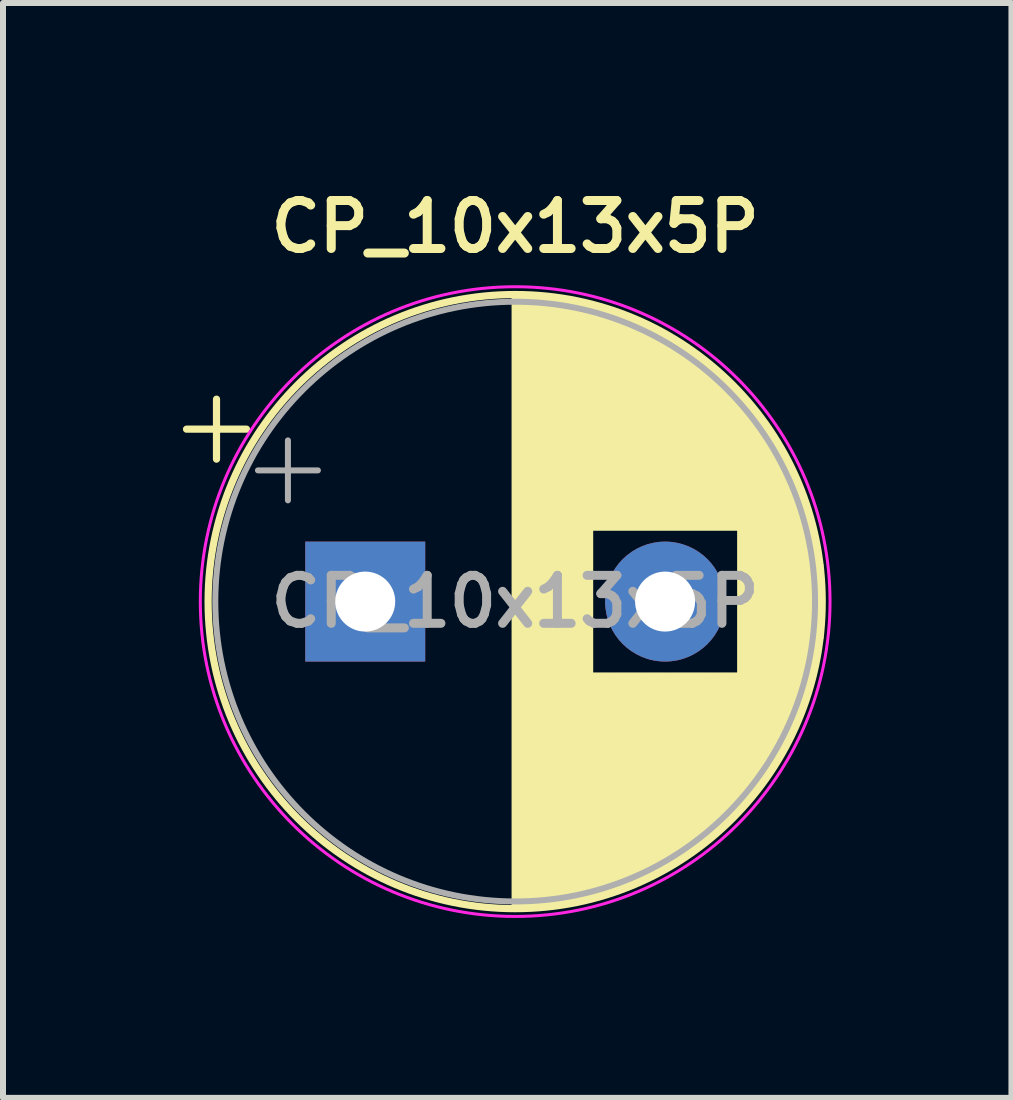
<source format=kicad_pcb>
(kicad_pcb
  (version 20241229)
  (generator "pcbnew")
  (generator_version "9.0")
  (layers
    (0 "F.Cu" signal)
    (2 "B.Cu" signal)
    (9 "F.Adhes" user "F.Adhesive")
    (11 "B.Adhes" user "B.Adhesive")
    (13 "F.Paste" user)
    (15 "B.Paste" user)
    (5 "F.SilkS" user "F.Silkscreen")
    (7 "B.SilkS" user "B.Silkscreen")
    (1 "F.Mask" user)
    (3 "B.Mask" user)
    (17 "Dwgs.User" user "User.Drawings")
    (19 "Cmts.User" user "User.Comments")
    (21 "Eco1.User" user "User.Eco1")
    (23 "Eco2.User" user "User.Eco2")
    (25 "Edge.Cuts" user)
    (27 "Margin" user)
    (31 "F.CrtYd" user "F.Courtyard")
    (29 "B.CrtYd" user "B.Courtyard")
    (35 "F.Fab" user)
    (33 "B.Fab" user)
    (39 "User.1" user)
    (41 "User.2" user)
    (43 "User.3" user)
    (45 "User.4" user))
  (footprint "CP_10x13x5P"
    (layer "F.Cu")
    (at 3.04 6.981)
    (property "Reference" "CP_10x13x5P" (at 2.5 -6.25 0) (layer "F.SilkS") (effects (font (size 0.8 0.8) (thickness 0.15))))
    (attr through_hole)
    (fp_line (start -2.98 -2.875) (end -1.98 -2.875) (stroke (width 0.12) (type solid)) (layer "F.SilkS"))
    (fp_line (start -2.48 -3.375) (end -2.48 -2.375) (stroke (width 0.12) (type solid)) (layer "F.SilkS"))
    (fp_line (start 2.5 -5.08) (end 2.5 5.08) (stroke (width 0.12) (type solid)) (layer "F.SilkS"))
    (fp_line (start 2.54 -5.08) (end 2.54 5.08) (stroke (width 0.12) (type solid)) (layer "F.SilkS"))
    (fp_line (start 2.58 -5.08) (end 2.58 5.08) (stroke (width 0.12) (type solid)) (layer "F.SilkS"))
    (fp_line (start 2.62 -5.079) (end 2.62 5.079) (stroke (width 0.12) (type solid)) (layer "F.SilkS"))
    (fp_line (start 2.66 -5.078) (end 2.66 5.078) (stroke (width 0.12) (type solid)) (layer "F.SilkS"))
    (fp_line (start 2.7 -5.077) (end 2.7 5.077) (stroke (width 0.12) (type solid)) (layer "F.SilkS"))
    (fp_line (start 2.74 -5.075) (end 2.74 5.075) (stroke (width 0.12) (type solid)) (layer "F.SilkS"))
    (fp_line (start 2.78 -5.073) (end 2.78 5.073) (stroke (width 0.12) (type solid)) (layer "F.SilkS"))
    (fp_line (start 2.82 -5.07) (end 2.82 5.07) (stroke (width 0.12) (type solid)) (layer "F.SilkS"))
    (fp_line (start 2.86 -5.068) (end 2.86 5.068) (stroke (width 0.12) (type solid)) (layer "F.SilkS"))
    (fp_line (start 2.9 -5.065) (end 2.9 5.065) (stroke (width 0.12) (type solid)) (layer "F.SilkS"))
    (fp_line (start 2.94 -5.062) (end 2.94 5.062) (stroke (width 0.12) (type solid)) (layer "F.SilkS"))
    (fp_line (start 2.98 -5.058) (end 2.98 5.058) (stroke (width 0.12) (type solid)) (layer "F.SilkS"))
    (fp_line (start 3.02 -5.054) (end 3.02 5.054) (stroke (width 0.12) (type solid)) (layer "F.SilkS"))
    (fp_line (start 3.06 -5.05) (end 3.06 5.05) (stroke (width 0.12) (type solid)) (layer "F.SilkS"))
    (fp_line (start 3.1 -5.045) (end 3.1 5.045) (stroke (width 0.12) (type solid)) (layer "F.SilkS"))
    (fp_line (start 3.14 -5.04) (end 3.14 5.04) (stroke (width 0.12) (type solid)) (layer "F.SilkS"))
    (fp_line (start 3.18 -5.035) (end 3.18 5.035) (stroke (width 0.12) (type solid)) (layer "F.SilkS"))
    (fp_line (start 3.221 -5.03) (end 3.221 5.03) (stroke (width 0.12) (type solid)) (layer "F.SilkS"))
    (fp_line (start 3.261 -5.024) (end 3.261 5.024) (stroke (width 0.12) (type solid)) (layer "F.SilkS"))
    (fp_line (start 3.301 -5.018) (end 3.301 5.018) (stroke (width 0.12) (type solid)) (layer "F.SilkS"))
    (fp_line (start 3.341 -5.011) (end 3.341 5.011) (stroke (width 0.12) (type solid)) (layer "F.SilkS"))
    (fp_line (start 3.381 -5.004) (end 3.381 5.004) (stroke (width 0.12) (type solid)) (layer "F.SilkS"))
    (fp_line (start 3.421 -4.997) (end 3.421 4.997) (stroke (width 0.12) (type solid)) (layer "F.SilkS"))
    (fp_line (start 3.461 -4.99) (end 3.461 4.99) (stroke (width 0.12) (type solid)) (layer "F.SilkS"))
    (fp_line (start 3.501 -4.982) (end 3.501 4.982) (stroke (width 0.12) (type solid)) (layer "F.SilkS"))
    (fp_line (start 3.541 -4.974) (end 3.541 4.974) (stroke (width 0.12) (type solid)) (layer "F.SilkS"))
    (fp_line (start 3.581 -4.965) (end 3.581 4.965) (stroke (width 0.12) (type solid)) (layer "F.SilkS"))
    (fp_line (start 3.621 -4.956) (end 3.621 4.956) (stroke (width 0.12) (type solid)) (layer "F.SilkS"))
    (fp_line (start 3.661 -4.947) (end 3.661 4.947) (stroke (width 0.12) (type solid)) (layer "F.SilkS"))
    (fp_line (start 3.701 -4.938) (end 3.701 4.938) (stroke (width 0.12) (type solid)) (layer "F.SilkS"))
    (fp_line (start 3.741 -4.928) (end 3.741 4.928) (stroke (width 0.12) (type solid)) (layer "F.SilkS"))
    (fp_line (start 3.781 -4.918) (end 3.781 -1.241) (stroke (width 0.12) (type solid)) (layer "F.SilkS"))
    (fp_line (start 3.781 1.241) (end 3.781 4.918) (stroke (width 0.12) (type solid)) (layer "F.SilkS"))
    (fp_line (start 3.821 -4.907) (end 3.821 -1.241) (stroke (width 0.12) (type solid)) (layer "F.SilkS"))
    (fp_line (start 3.821 1.241) (end 3.821 4.907) (stroke (width 0.12) (type solid)) (layer "F.SilkS"))
    (fp_line (start 3.861 -4.897) (end 3.861 -1.241) (stroke (width 0.12) (type solid)) (layer "F.SilkS"))
    (fp_line (start 3.861 1.241) (end 3.861 4.897) (stroke (width 0.12) (type solid)) (layer "F.SilkS"))
    (fp_line (start 3.901 -4.885) (end 3.901 -1.241) (stroke (width 0.12) (type solid)) (layer "F.SilkS"))
    (fp_line (start 3.901 1.241) (end 3.901 4.885) (stroke (width 0.12) (type solid)) (layer "F.SilkS"))
    (fp_line (start 3.941 -4.874) (end 3.941 -1.241) (stroke (width 0.12) (type solid)) (layer "F.SilkS"))
    (fp_line (start 3.941 1.241) (end 3.941 4.874) (stroke (width 0.12) (type solid)) (layer "F.SilkS"))
    (fp_line (start 3.981 -4.862) (end 3.981 -1.241) (stroke (width 0.12) (type solid)) (layer "F.SilkS"))
    (fp_line (start 3.981 1.241) (end 3.981 4.862) (stroke (width 0.12) (type solid)) (layer "F.SilkS"))
    (fp_line (start 4.021 -4.85) (end 4.021 -1.241) (stroke (width 0.12) (type solid)) (layer "F.SilkS"))
    (fp_line (start 4.021 1.241) (end 4.021 4.85) (stroke (width 0.12) (type solid)) (layer "F.SilkS"))
    (fp_line (start 4.061 -4.837) (end 4.061 -1.241) (stroke (width 0.12) (type solid)) (layer "F.SilkS"))
    (fp_line (start 4.061 1.241) (end 4.061 4.837) (stroke (width 0.12) (type solid)) (layer "F.SilkS"))
    (fp_line (start 4.101 -4.824) (end 4.101 -1.241) (stroke (width 0.12) (type solid)) (layer "F.SilkS"))
    (fp_line (start 4.101 1.241) (end 4.101 4.824) (stroke (width 0.12) (type solid)) (layer "F.SilkS"))
    (fp_line (start 4.141 -4.811) (end 4.141 -1.241) (stroke (width 0.12) (type solid)) (layer "F.SilkS"))
    (fp_line (start 4.141 1.241) (end 4.141 4.811) (stroke (width 0.12) (type solid)) (layer "F.SilkS"))
    (fp_line (start 4.181 -4.797) (end 4.181 -1.241) (stroke (width 0.12) (type solid)) (layer "F.SilkS"))
    (fp_line (start 4.181 1.241) (end 4.181 4.797) (stroke (width 0.12) (type solid)) (layer "F.SilkS"))
    (fp_line (start 4.221 -4.783) (end 4.221 -1.241) (stroke (width 0.12) (type solid)) (layer "F.SilkS"))
    (fp_line (start 4.221 1.241) (end 4.221 4.783) (stroke (width 0.12) (type solid)) (layer "F.SilkS"))
    (fp_line (start 4.261 -4.768) (end 4.261 -1.241) (stroke (width 0.12) (type solid)) (layer "F.SilkS"))
    (fp_line (start 4.261 1.241) (end 4.261 4.768) (stroke (width 0.12) (type solid)) (layer "F.SilkS"))
    (fp_line (start 4.301 -4.754) (end 4.301 -1.241) (stroke (width 0.12) (type solid)) (layer "F.SilkS"))
    (fp_line (start 4.301 1.241) (end 4.301 4.754) (stroke (width 0.12) (type solid)) (layer "F.SilkS"))
    (fp_line (start 4.341 -4.738) (end 4.341 -1.241) (stroke (width 0.12) (type solid)) (layer "F.SilkS"))
    (fp_line (start 4.341 1.241) (end 4.341 4.738) (stroke (width 0.12) (type solid)) (layer "F.SilkS"))
    (fp_line (start 4.381 -4.723) (end 4.381 -1.241) (stroke (width 0.12) (type solid)) (layer "F.SilkS"))
    (fp_line (start 4.381 1.241) (end 4.381 4.723) (stroke (width 0.12) (type solid)) (layer "F.SilkS"))
    (fp_line (start 4.421 -4.707) (end 4.421 -1.241) (stroke (width 0.12) (type solid)) (layer "F.SilkS"))
    (fp_line (start 4.421 1.241) (end 4.421 4.707) (stroke (width 0.12) (type solid)) (layer "F.SilkS"))
    (fp_line (start 4.461 -4.69) (end 4.461 -1.241) (stroke (width 0.12) (type solid)) (layer "F.SilkS"))
    (fp_line (start 4.461 1.241) (end 4.461 4.69) (stroke (width 0.12) (type solid)) (layer "F.SilkS"))
    (fp_line (start 4.501 -4.674) (end 4.501 -1.241) (stroke (width 0.12) (type solid)) (layer "F.SilkS"))
    (fp_line (start 4.501 1.241) (end 4.501 4.674) (stroke (width 0.12) (type solid)) (layer "F.SilkS"))
    (fp_line (start 4.541 -4.657) (end 4.541 -1.241) (stroke (width 0.12) (type solid)) (layer "F.SilkS"))
    (fp_line (start 4.541 1.241) (end 4.541 4.657) (stroke (width 0.12) (type solid)) (layer "F.SilkS"))
    (fp_line (start 4.581 -4.639) (end 4.581 -1.241) (stroke (width 0.12) (type solid)) (layer "F.SilkS"))
    (fp_line (start 4.581 1.241) (end 4.581 4.639) (stroke (width 0.12) (type solid)) (layer "F.SilkS"))
    (fp_line (start 4.621 -4.621) (end 4.621 -1.241) (stroke (width 0.12) (type solid)) (layer "F.SilkS"))
    (fp_line (start 4.621 1.241) (end 4.621 4.621) (stroke (width 0.12) (type solid)) (layer "F.SilkS"))
    (fp_line (start 4.661 -4.603) (end 4.661 -1.241) (stroke (width 0.12) (type solid)) (layer "F.SilkS"))
    (fp_line (start 4.661 1.241) (end 4.661 4.603) (stroke (width 0.12) (type solid)) (layer "F.SilkS"))
    (fp_line (start 4.701 -4.584) (end 4.701 -1.241) (stroke (width 0.12) (type solid)) (layer "F.SilkS"))
    (fp_line (start 4.701 1.241) (end 4.701 4.584) (stroke (width 0.12) (type solid)) (layer "F.SilkS"))
    (fp_line (start 4.741 -4.564) (end 4.741 -1.241) (stroke (width 0.12) (type solid)) (layer "F.SilkS"))
    (fp_line (start 4.741 1.241) (end 4.741 4.564) (stroke (width 0.12) (type solid)) (layer "F.SilkS"))
    (fp_line (start 4.781 -4.545) (end 4.781 -1.241) (stroke (width 0.12) (type solid)) (layer "F.SilkS"))
    (fp_line (start 4.781 1.241) (end 4.781 4.545) (stroke (width 0.12) (type solid)) (layer "F.SilkS"))
    (fp_line (start 4.821 -4.525) (end 4.821 -1.241) (stroke (width 0.12) (type solid)) (layer "F.SilkS"))
    (fp_line (start 4.821 1.241) (end 4.821 4.525) (stroke (width 0.12) (type solid)) (layer "F.SilkS"))
    (fp_line (start 4.861 -4.504) (end 4.861 -1.241) (stroke (width 0.12) (type solid)) (layer "F.SilkS"))
    (fp_line (start 4.861 1.241) (end 4.861 4.504) (stroke (width 0.12) (type solid)) (layer "F.SilkS"))
    (fp_line (start 4.901 -4.483) (end 4.901 -1.241) (stroke (width 0.12) (type solid)) (layer "F.SilkS"))
    (fp_line (start 4.901 1.241) (end 4.901 4.483) (stroke (width 0.12) (type solid)) (layer "F.SilkS"))
    (fp_line (start 4.941 -4.462) (end 4.941 -1.241) (stroke (width 0.12) (type solid)) (layer "F.SilkS"))
    (fp_line (start 4.941 1.241) (end 4.941 4.462) (stroke (width 0.12) (type solid)) (layer "F.SilkS"))
    (fp_line (start 4.981 -4.44) (end 4.981 -1.241) (stroke (width 0.12) (type solid)) (layer "F.SilkS"))
    (fp_line (start 4.981 1.241) (end 4.981 4.44) (stroke (width 0.12) (type solid)) (layer "F.SilkS"))
    (fp_line (start 5.021 -4.417) (end 5.021 -1.241) (stroke (width 0.12) (type solid)) (layer "F.SilkS"))
    (fp_line (start 5.021 1.241) (end 5.021 4.417) (stroke (width 0.12) (type solid)) (layer "F.SilkS"))
    (fp_line (start 5.061 -4.395) (end 5.061 -1.241) (stroke (width 0.12) (type solid)) (layer "F.SilkS"))
    (fp_line (start 5.061 1.241) (end 5.061 4.395) (stroke (width 0.12) (type solid)) (layer "F.SilkS"))
    (fp_line (start 5.101 -4.371) (end 5.101 -1.241) (stroke (width 0.12) (type solid)) (layer "F.SilkS"))
    (fp_line (start 5.101 1.241) (end 5.101 4.371) (stroke (width 0.12) (type solid)) (layer "F.SilkS"))
    (fp_line (start 5.141 -4.347) (end 5.141 -1.241) (stroke (width 0.12) (type solid)) (layer "F.SilkS"))
    (fp_line (start 5.141 1.241) (end 5.141 4.347) (stroke (width 0.12) (type solid)) (layer "F.SilkS"))
    (fp_line (start 5.181 -4.323) (end 5.181 -1.241) (stroke (width 0.12) (type solid)) (layer "F.SilkS"))
    (fp_line (start 5.181 1.241) (end 5.181 4.323) (stroke (width 0.12) (type solid)) (layer "F.SilkS"))
    (fp_line (start 5.221 -4.298) (end 5.221 -1.241) (stroke (width 0.12) (type solid)) (layer "F.SilkS"))
    (fp_line (start 5.221 1.241) (end 5.221 4.298) (stroke (width 0.12) (type solid)) (layer "F.SilkS"))
    (fp_line (start 5.261 -4.273) (end 5.261 -1.241) (stroke (width 0.12) (type solid)) (layer "F.SilkS"))
    (fp_line (start 5.261 1.241) (end 5.261 4.273) (stroke (width 0.12) (type solid)) (layer "F.SilkS"))
    (fp_line (start 5.301 -4.247) (end 5.301 -1.241) (stroke (width 0.12) (type solid)) (layer "F.SilkS"))
    (fp_line (start 5.301 1.241) (end 5.301 4.247) (stroke (width 0.12) (type solid)) (layer "F.SilkS"))
    (fp_line (start 5.341 -4.221) (end 5.341 -1.241) (stroke (width 0.12) (type solid)) (layer "F.SilkS"))
    (fp_line (start 5.341 1.241) (end 5.341 4.221) (stroke (width 0.12) (type solid)) (layer "F.SilkS"))
    (fp_line (start 5.381 -4.194) (end 5.381 -1.241) (stroke (width 0.12) (type solid)) (layer "F.SilkS"))
    (fp_line (start 5.381 1.241) (end 5.381 4.194) (stroke (width 0.12) (type solid)) (layer "F.SilkS"))
    (fp_line (start 5.421 -4.166) (end 5.421 -1.241) (stroke (width 0.12) (type solid)) (layer "F.SilkS"))
    (fp_line (start 5.421 1.241) (end 5.421 4.166) (stroke (width 0.12) (type solid)) (layer "F.SilkS"))
    (fp_line (start 5.461 -4.138) (end 5.461 -1.241) (stroke (width 0.12) (type solid)) (layer "F.SilkS"))
    (fp_line (start 5.461 1.241) (end 5.461 4.138) (stroke (width 0.12) (type solid)) (layer "F.SilkS"))
    (fp_line (start 5.501 -4.11) (end 5.501 -1.241) (stroke (width 0.12) (type solid)) (layer "F.SilkS"))
    (fp_line (start 5.501 1.241) (end 5.501 4.11) (stroke (width 0.12) (type solid)) (layer "F.SilkS"))
    (fp_line (start 5.541 -4.08) (end 5.541 -1.241) (stroke (width 0.12) (type solid)) (layer "F.SilkS"))
    (fp_line (start 5.541 1.241) (end 5.541 4.08) (stroke (width 0.12) (type solid)) (layer "F.SilkS"))
    (fp_line (start 5.581 -4.05) (end 5.581 -1.241) (stroke (width 0.12) (type solid)) (layer "F.SilkS"))
    (fp_line (start 5.581 1.241) (end 5.581 4.05) (stroke (width 0.12) (type solid)) (layer "F.SilkS"))
    (fp_line (start 5.621 -4.02) (end 5.621 -1.241) (stroke (width 0.12) (type solid)) (layer "F.SilkS"))
    (fp_line (start 5.621 1.241) (end 5.621 4.02) (stroke (width 0.12) (type solid)) (layer "F.SilkS"))
    (fp_line (start 5.661 -3.989) (end 5.661 -1.241) (stroke (width 0.12) (type solid)) (layer "F.SilkS"))
    (fp_line (start 5.661 1.241) (end 5.661 3.989) (stroke (width 0.12) (type solid)) (layer "F.SilkS"))
    (fp_line (start 5.701 -3.957) (end 5.701 -1.241) (stroke (width 0.12) (type solid)) (layer "F.SilkS"))
    (fp_line (start 5.701 1.241) (end 5.701 3.957) (stroke (width 0.12) (type solid)) (layer "F.SilkS"))
    (fp_line (start 5.741 -3.925) (end 5.741 -1.241) (stroke (width 0.12) (type solid)) (layer "F.SilkS"))
    (fp_line (start 5.741 1.241) (end 5.741 3.925) (stroke (width 0.12) (type solid)) (layer "F.SilkS"))
    (fp_line (start 5.781 -3.892) (end 5.781 -1.241) (stroke (width 0.12) (type solid)) (layer "F.SilkS"))
    (fp_line (start 5.781 1.241) (end 5.781 3.892) (stroke (width 0.12) (type solid)) (layer "F.SilkS"))
    (fp_line (start 5.821 -3.858) (end 5.821 -1.241) (stroke (width 0.12) (type solid)) (layer "F.SilkS"))
    (fp_line (start 5.821 1.241) (end 5.821 3.858) (stroke (width 0.12) (type solid)) (layer "F.SilkS"))
    (fp_line (start 5.861 -3.824) (end 5.861 -1.241) (stroke (width 0.12) (type solid)) (layer "F.SilkS"))
    (fp_line (start 5.861 1.241) (end 5.861 3.824) (stroke (width 0.12) (type solid)) (layer "F.SilkS"))
    (fp_line (start 5.901 -3.789) (end 5.901 -1.241) (stroke (width 0.12) (type solid)) (layer "F.SilkS"))
    (fp_line (start 5.901 1.241) (end 5.901 3.789) (stroke (width 0.12) (type solid)) (layer "F.SilkS"))
    (fp_line (start 5.941 -3.753) (end 5.941 -1.241) (stroke (width 0.12) (type solid)) (layer "F.SilkS"))
    (fp_line (start 5.941 1.241) (end 5.941 3.753) (stroke (width 0.12) (type solid)) (layer "F.SilkS"))
    (fp_line (start 5.981 -3.716) (end 5.981 -1.241) (stroke (width 0.12) (type solid)) (layer "F.SilkS"))
    (fp_line (start 5.981 1.241) (end 5.981 3.716) (stroke (width 0.12) (type solid)) (layer "F.SilkS"))
    (fp_line (start 6.021 -3.679) (end 6.021 -1.241) (stroke (width 0.12) (type solid)) (layer "F.SilkS"))
    (fp_line (start 6.021 1.241) (end 6.021 3.679) (stroke (width 0.12) (type solid)) (layer "F.SilkS"))
    (fp_line (start 6.061 -3.64) (end 6.061 -1.241) (stroke (width 0.12) (type solid)) (layer "F.SilkS"))
    (fp_line (start 6.061 1.241) (end 6.061 3.64) (stroke (width 0.12) (type solid)) (layer "F.SilkS"))
    (fp_line (start 6.101 -3.601) (end 6.101 -1.241) (stroke (width 0.12) (type solid)) (layer "F.SilkS"))
    (fp_line (start 6.101 1.241) (end 6.101 3.601) (stroke (width 0.12) (type solid)) (layer "F.SilkS"))
    (fp_line (start 6.141 -3.561) (end 6.141 -1.241) (stroke (width 0.12) (type solid)) (layer "F.SilkS"))
    (fp_line (start 6.141 1.241) (end 6.141 3.561) (stroke (width 0.12) (type solid)) (layer "F.SilkS"))
    (fp_line (start 6.181 -3.52) (end 6.181 -1.241) (stroke (width 0.12) (type solid)) (layer "F.SilkS"))
    (fp_line (start 6.181 1.241) (end 6.181 3.52) (stroke (width 0.12) (type solid)) (layer "F.SilkS"))
    (fp_line (start 6.221 -3.478) (end 6.221 -1.241) (stroke (width 0.12) (type solid)) (layer "F.SilkS"))
    (fp_line (start 6.221 1.241) (end 6.221 3.478) (stroke (width 0.12) (type solid)) (layer "F.SilkS"))
    (fp_line (start 6.261 -3.436) (end 6.261 3.436) (stroke (width 0.12) (type solid)) (layer "F.SilkS"))
    (fp_line (start 6.301 -3.392) (end 6.301 3.392) (stroke (width 0.12) (type solid)) (layer "F.SilkS"))
    (fp_line (start 6.341 -3.347) (end 6.341 3.347) (stroke (width 0.12) (type solid)) (layer "F.SilkS"))
    (fp_line (start 6.381 -3.301) (end 6.381 3.301) (stroke (width 0.12) (type solid)) (layer "F.SilkS"))
    (fp_line (start 6.421 -3.254) (end 6.421 3.254) (stroke (width 0.12) (type solid)) (layer "F.SilkS"))
    (fp_line (start 6.461 -3.206) (end 6.461 3.206) (stroke (width 0.12) (type solid)) (layer "F.SilkS"))
    (fp_line (start 6.501 -3.156) (end 6.501 3.156) (stroke (width 0.12) (type solid)) (layer "F.SilkS"))
    (fp_line (start 6.541 -3.106) (end 6.541 3.106) (stroke (width 0.12) (type solid)) (layer "F.SilkS"))
    (fp_line (start 6.581 -3.054) (end 6.581 3.054) (stroke (width 0.12) (type solid)) (layer "F.SilkS"))
    (fp_line (start 6.621 -3) (end 6.621 3) (stroke (width 0.12) (type solid)) (layer "F.SilkS"))
    (fp_line (start 6.661 -2.945) (end 6.661 2.945) (stroke (width 0.12) (type solid)) (layer "F.SilkS"))
    (fp_line (start 6.701 -2.889) (end 6.701 2.889) (stroke (width 0.12) (type solid)) (layer "F.SilkS"))
    (fp_line (start 6.741 -2.83) (end 6.741 2.83) (stroke (width 0.12) (type solid)) (layer "F.SilkS"))
    (fp_line (start 6.781 -2.77) (end 6.781 2.77) (stroke (width 0.12) (type solid)) (layer "F.SilkS"))
    (fp_line (start 6.821 -2.709) (end 6.821 2.709) (stroke (width 0.12) (type solid)) (layer "F.SilkS"))
    (fp_line (start 6.861 -2.645) (end 6.861 2.645) (stroke (width 0.12) (type solid)) (layer "F.SilkS"))
    (fp_line (start 6.901 -2.579) (end 6.901 2.579) (stroke (width 0.12) (type solid)) (layer "F.SilkS"))
    (fp_line (start 6.941 -2.51) (end 6.941 2.51) (stroke (width 0.12) (type solid)) (layer "F.SilkS"))
    (fp_line (start 6.981 -2.439) (end 6.981 2.439) (stroke (width 0.12) (type solid)) (layer "F.SilkS"))
    (fp_line (start 7.021 -2.365) (end 7.021 2.365) (stroke (width 0.12) (type solid)) (layer "F.SilkS"))
    (fp_line (start 7.061 -2.289) (end 7.061 2.289) (stroke (width 0.12) (type solid)) (layer "F.SilkS"))
    (fp_line (start 7.101 -2.209) (end 7.101 2.209) (stroke (width 0.12) (type solid)) (layer "F.SilkS"))
    (fp_line (start 7.141 -2.125) (end 7.141 2.125) (stroke (width 0.12) (type solid)) (layer "F.SilkS"))
    (fp_line (start 7.181 -2.037) (end 7.181 2.037) (stroke (width 0.12) (type solid)) (layer "F.SilkS"))
    (fp_line (start 7.221 -1.944) (end 7.221 1.944) (stroke (width 0.12) (type solid)) (layer "F.SilkS"))
    (fp_line (start 7.261 -1.846) (end 7.261 1.846) (stroke (width 0.12) (type solid)) (layer "F.SilkS"))
    (fp_line (start 7.301 -1.742) (end 7.301 1.742) (stroke (width 0.12) (type solid)) (layer "F.SilkS"))
    (fp_line (start 7.341 -1.63) (end 7.341 1.63) (stroke (width 0.12) (type solid)) (layer "F.SilkS"))
    (fp_line (start 7.381 -1.51) (end 7.381 1.51) (stroke (width 0.12) (type solid)) (layer "F.SilkS"))
    (fp_line (start 7.421 -1.378) (end 7.421 1.378) (stroke (width 0.12) (type solid)) (layer "F.SilkS"))
    (fp_line (start 7.461 -1.23) (end 7.461 1.23) (stroke (width 0.12) (type solid)) (layer "F.SilkS"))
    (fp_line (start 7.501 -1.062) (end 7.501 1.062) (stroke (width 0.12) (type solid)) (layer "F.SilkS"))
    (fp_line (start 7.541 -0.862) (end 7.541 0.862) (stroke (width 0.12) (type solid)) (layer "F.SilkS"))
    (fp_line (start 7.581 -0.599) (end 7.581 0.599) (stroke (width 0.12) (type solid)) (layer "F.SilkS"))
    (fp_circle (center 2.5 0) (end 7.62 0) (stroke (width 0.12) (type solid)) (fill no) (layer "F.SilkS"))
    (fp_circle (center 2.5 0) (end 7.75 0) (stroke (width 0.05) (type solid)) (fill no) (layer "F.CrtYd"))
    (fp_line (start -1.789 -2.188) (end -0.789 -2.188) (stroke (width 0.1) (type solid)) (layer "F.Fab"))
    (fp_line (start -1.289 -2.688) (end -1.289 -1.688) (stroke (width 0.1) (type solid)) (layer "F.Fab"))
    (fp_circle (center 2.5 0) (end 7.5 0) (stroke (width 0.1) (type solid)) (fill no) (layer "F.Fab"))
    (fp_text user "${REFERENCE}" (at 2.5 0 0) (layer "F.Fab") (effects (font (size 0.8 0.8) (thickness 0.15))))
    (pad "1" thru_hole rect (at 0 0) (size 2 2) (drill 1) (layers "*.Cu" "*.Mask"))
    (pad "2" thru_hole circle (at 5 0) (size 2 2) (drill 1) (layers "*.Cu" "*.Mask")))
  (gr_rect
    (start -3 -3)
    (end 13.815 15.256)
    (stroke (width 0.1) (type default))
    (fill no)
    (layer "Edge.Cuts")))
</source>
